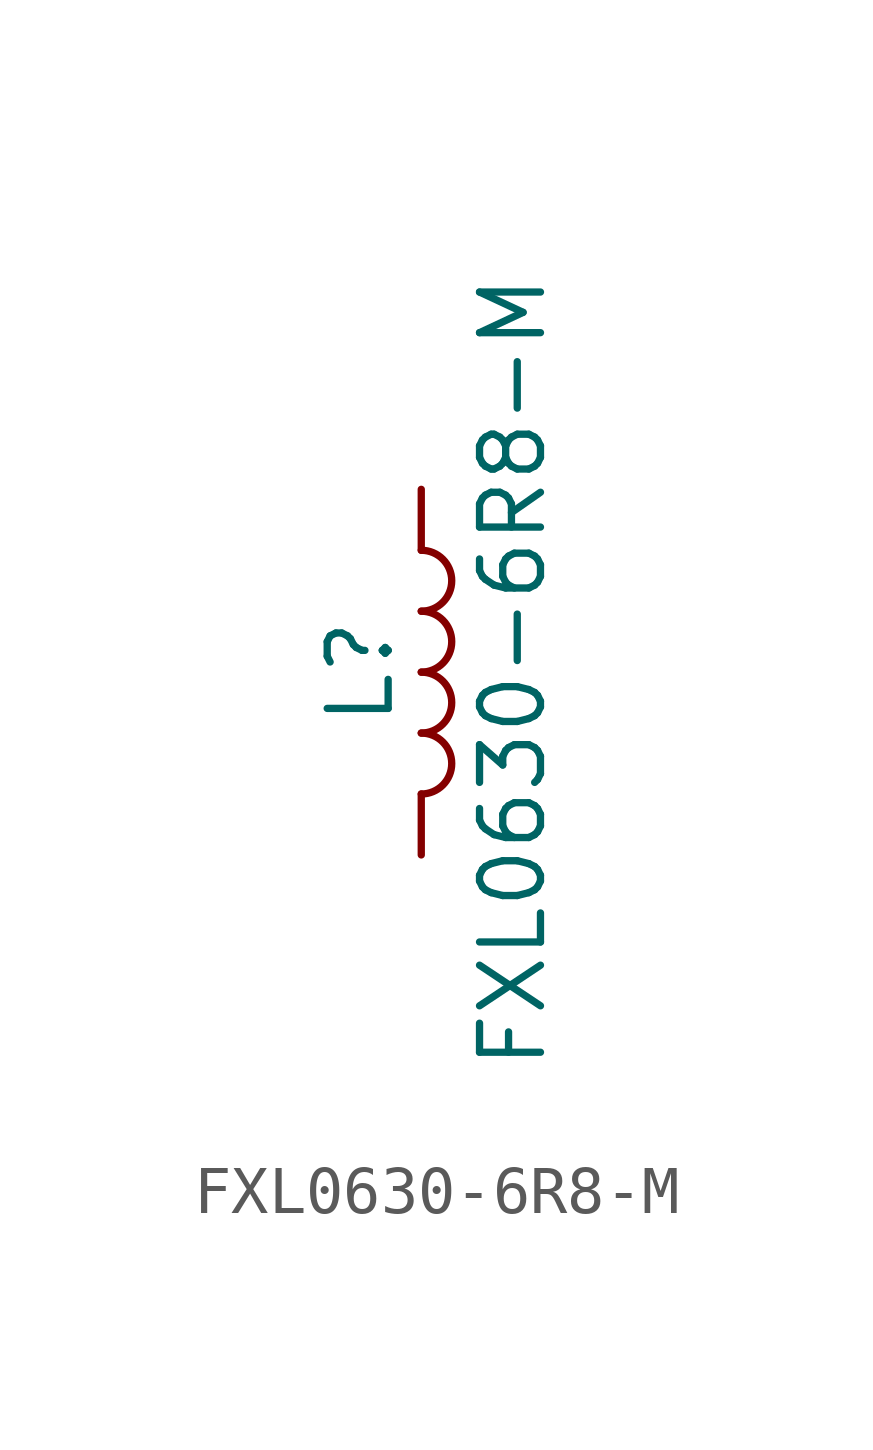
<source format=kicad_sym>
(kicad_symbol_lib
  (version 20241209)
  (generator "kicad_symbol_editor")
  (generator_version "9.0")
  (symbol "FXL0630-6R8-M"
    (pin_numbers
      (hide yes))
    (pin_names
      (offset 1.016)
      (hide yes))
    (property "Reference" "L"
      (at -1.27 0 90)
      (effects (font (size 1.27 1.27))))
    (property "Value" "FXL0630-6R8-M"
      (at 1.905 0 90)
      (effects (font (size 1.27 1.27))))
    (symbol "FXL0630-6R8-M_0_1"
      (arc (start 0 2.54) (mid 0.6323 1.905) (end 0 1.27) (stroke (width 0) (type default)) (fill (type none)))
      (arc (start 0 1.27) (mid 0.6323 0.635) (end 0 0) (stroke (width 0) (type default)) (fill (type none)))
      (arc (start 0 0) (mid 0.6323 -0.635) (end 0 -1.27) (stroke (width 0) (type default)) (fill (type none)))
      (arc (start 0 -1.27) (mid 0.6323 -1.905) (end 0 -2.54) (stroke (width 0) (type default)) (fill (type none))))
    (symbol "FXL0630-6R8-M_1_1"
      (pin passive line (at 0 3.81 270) (length 1.27) (name "1" (effects (font (size 1.27 1.27)))) (number "1" (effects (font (size 1.27 1.27)))))
      (pin passive line (at 0 -3.81 90) (length 1.27) (name "2" (effects (font (size 1.27 1.27)))) (number "2" (effects (font (size 1.27 1.27))))))))
</source>
